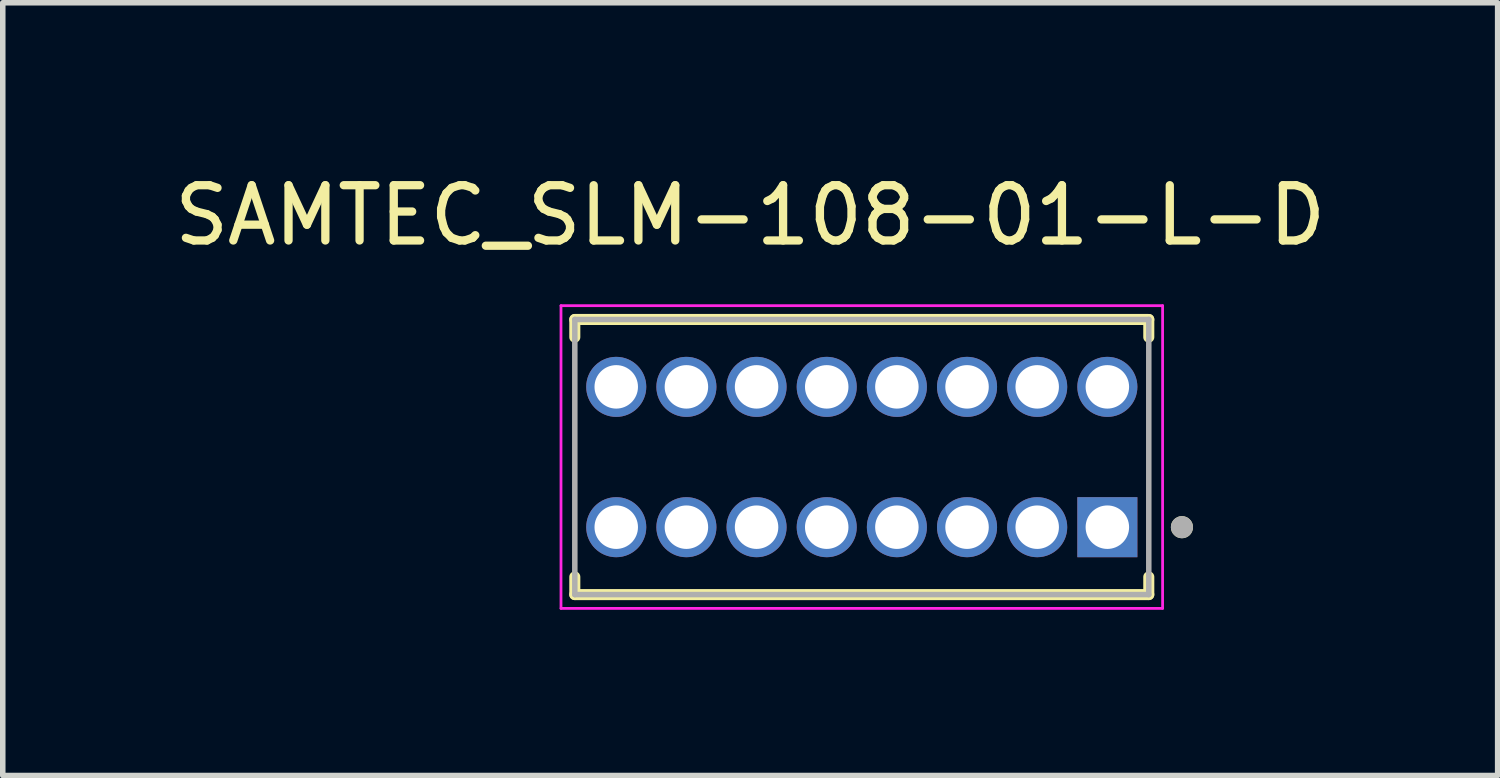
<source format=kicad_pcb>
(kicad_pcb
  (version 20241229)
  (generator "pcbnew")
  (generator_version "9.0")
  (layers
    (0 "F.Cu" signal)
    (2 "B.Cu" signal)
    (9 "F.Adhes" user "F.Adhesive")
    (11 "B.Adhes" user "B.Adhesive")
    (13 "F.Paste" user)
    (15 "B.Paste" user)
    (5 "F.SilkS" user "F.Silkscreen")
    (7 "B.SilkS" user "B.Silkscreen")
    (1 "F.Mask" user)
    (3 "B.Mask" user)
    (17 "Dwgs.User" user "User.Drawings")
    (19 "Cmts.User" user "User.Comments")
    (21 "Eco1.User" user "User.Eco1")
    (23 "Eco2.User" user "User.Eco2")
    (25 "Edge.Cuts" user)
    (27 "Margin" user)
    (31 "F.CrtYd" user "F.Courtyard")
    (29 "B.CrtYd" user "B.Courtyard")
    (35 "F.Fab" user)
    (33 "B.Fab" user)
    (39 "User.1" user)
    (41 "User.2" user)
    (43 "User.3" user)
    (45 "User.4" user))
  (footprint "SAMTEC_SLM-108-01-L-D"
    (layer "F.Cu")
    (at 12.55 5.223)
    (property "Reference" "SAMTEC_SLM-108-01-L-D" (at -2.02 -4.375 0) (layer "F.SilkS") (effects (font (size 1 1) (thickness 0.15))))
    (attr through_hole)
    (fp_line (start -5.195 -2.49) (end -5.195 -2.17) (stroke (width 0.2) (type solid)) (layer "F.SilkS"))
    (fp_line (start -5.195 -2.49) (end 5.195 -2.49) (stroke (width 0.2) (type solid)) (layer "F.SilkS"))
    (fp_line (start -5.195 2.49) (end -5.195 2.17) (stroke (width 0.2) (type solid)) (layer "F.SilkS"))
    (fp_line (start -5.195 2.49) (end 5.195 2.49) (stroke (width 0.2) (type solid)) (layer "F.SilkS"))
    (fp_line (start 5.195 -2.49) (end 5.195 -2.17) (stroke (width 0.2) (type solid)) (layer "F.SilkS"))
    (fp_line (start 5.195 2.49) (end 5.195 2.17) (stroke (width 0.2) (type solid)) (layer "F.SilkS"))
    (fp_circle (center 5.795 1.27) (end 5.895 1.27) (stroke (width 0.2) (type solid)) (fill no) (layer "F.SilkS"))
    (fp_line (start -5.445 -2.74) (end -5.445 2.74) (stroke (width 0.05) (type solid)) (layer "F.CrtYd"))
    (fp_line (start -5.445 -2.74) (end 5.445 -2.74) (stroke (width 0.05) (type solid)) (layer "F.CrtYd"))
    (fp_line (start 5.445 -2.74) (end 5.445 2.74) (stroke (width 0.05) (type solid)) (layer "F.CrtYd"))
    (fp_line (start 5.445 2.74) (end -5.445 2.74) (stroke (width 0.05) (type solid)) (layer "F.CrtYd"))
    (fp_line (start -5.195 -2.49) (end -5.195 2.49) (stroke (width 0.1) (type solid)) (layer "F.Fab"))
    (fp_line (start -5.195 -2.49) (end 5.195 -2.49) (stroke (width 0.1) (type solid)) (layer "F.Fab"))
    (fp_line (start -5.195 2.49) (end 5.195 2.49) (stroke (width 0.1) (type solid)) (layer "F.Fab"))
    (fp_line (start 5.195 -2.49) (end 5.195 2.49) (stroke (width 0.1) (type solid)) (layer "F.Fab"))
    (fp_circle (center 5.795 1.27) (end 5.895 1.27) (stroke (width 0.2) (type solid)) (fill no) (layer "F.Fab"))
    (pad "01" thru_hole rect (at 4.445 1.27) (size 1.087 1.087) (drill 0.787) (layers "*.Cu" "*.Mask"))
    (pad "02" thru_hole circle (at 4.445 -1.27) (size 1.087 1.087) (drill 0.787) (layers "*.Cu" "*.Mask"))
    (pad "03" thru_hole circle (at 3.175 1.27) (size 1.087 1.087) (drill 0.787) (layers "*.Cu" "*.Mask"))
    (pad "04" thru_hole circle (at 3.175 -1.27) (size 1.087 1.087) (drill 0.787) (layers "*.Cu" "*.Mask"))
    (pad "05" thru_hole circle (at 1.905 1.27) (size 1.087 1.087) (drill 0.787) (layers "*.Cu" "*.Mask"))
    (pad "06" thru_hole circle (at 1.905 -1.27) (size 1.087 1.087) (drill 0.787) (layers "*.Cu" "*.Mask"))
    (pad "07" thru_hole circle (at 0.635 1.27) (size 1.087 1.087) (drill 0.787) (layers "*.Cu" "*.Mask"))
    (pad "08" thru_hole circle (at 0.635 -1.27) (size 1.087 1.087) (drill 0.787) (layers "*.Cu" "*.Mask"))
    (pad "09" thru_hole circle (at -0.635 1.27) (size 1.087 1.087) (drill 0.787) (layers "*.Cu" "*.Mask"))
    (pad "10" thru_hole circle (at -0.635 -1.27) (size 1.087 1.087) (drill 0.787) (layers "*.Cu" "*.Mask"))
    (pad "11" thru_hole circle (at -1.905 1.27) (size 1.087 1.087) (drill 0.787) (layers "*.Cu" "*.Mask"))
    (pad "12" thru_hole circle (at -1.905 -1.27) (size 1.087 1.087) (drill 0.787) (layers "*.Cu" "*.Mask"))
    (pad "13" thru_hole circle (at -3.175 1.27) (size 1.087 1.087) (drill 0.787) (layers "*.Cu" "*.Mask"))
    (pad "14" thru_hole circle (at -3.175 -1.27) (size 1.087 1.087) (drill 0.787) (layers "*.Cu" "*.Mask"))
    (pad "15" thru_hole circle (at -4.445 1.27) (size 1.087 1.087) (drill 0.787) (layers "*.Cu" "*.Mask"))
    (pad "16" thru_hole circle (at -4.445 -1.27) (size 1.087 1.087) (drill 0.787) (layers "*.Cu" "*.Mask")))
  (gr_rect
    (start -3 -3)
    (end 24.06 10.988)
    (stroke (width 0.1) (type default))
    (fill no)
    (layer "Edge.Cuts")))
</source>
